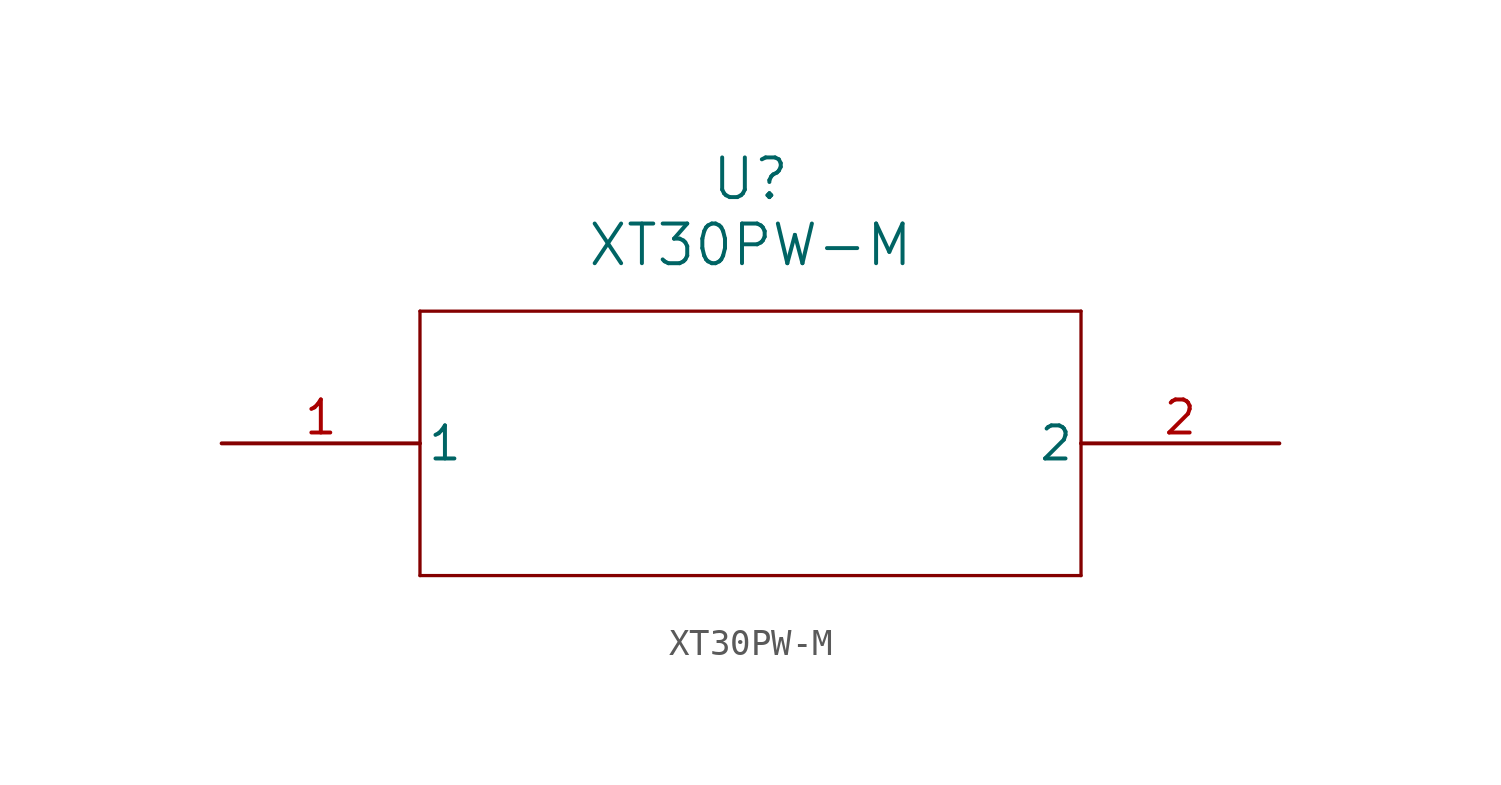
<source format=kicad_sym>
(kicad_symbol_lib
  (version 20211014)
  (generator kicad_symbol_editor)
  (symbol "XT30PW-M"
    (pin_names
      (offset 0.254))
    (property "Reference" "U"
      (at 20.32 10.16 0)
      (effects (font (size 1.524 1.524))))
    (property "Value" "XT30PW-M"
      (at 20.32 7.62 0)
      (effects (font (size 1.524 1.524))))
    (symbol "XT30PW-M_0_1"
      (polyline (pts (xy 7.62 5.08) (xy 7.62 -5.08)) (stroke (width 0.127) (type default) (color 0 0 0 0)) (fill (type none)))
      (polyline (pts (xy 7.62 -5.08) (xy 33.02 -5.08)) (stroke (width 0.127) (type default) (color 0 0 0 0)) (fill (type none)))
      (polyline (pts (xy 33.02 -5.08) (xy 33.02 5.08)) (stroke (width 0.127) (type default) (color 0 0 0 0)) (fill (type none)))
      (polyline (pts (xy 33.02 5.08) (xy 7.62 5.08)) (stroke (width 0.127) (type default) (color 0 0 0 0)) (fill (type none)))
      (pin unspecified line (at 0 0 0) (length 7.62) (name "1" (effects (font (size 1.27 1.27)))) (number "1" (effects (font (size 1.27 1.27)))))
      (pin unspecified line (at 40.64 0 180) (length 7.62) (name "2" (effects (font (size 1.27 1.27)))) (number "2" (effects (font (size 1.27 1.27))))))))
</source>
